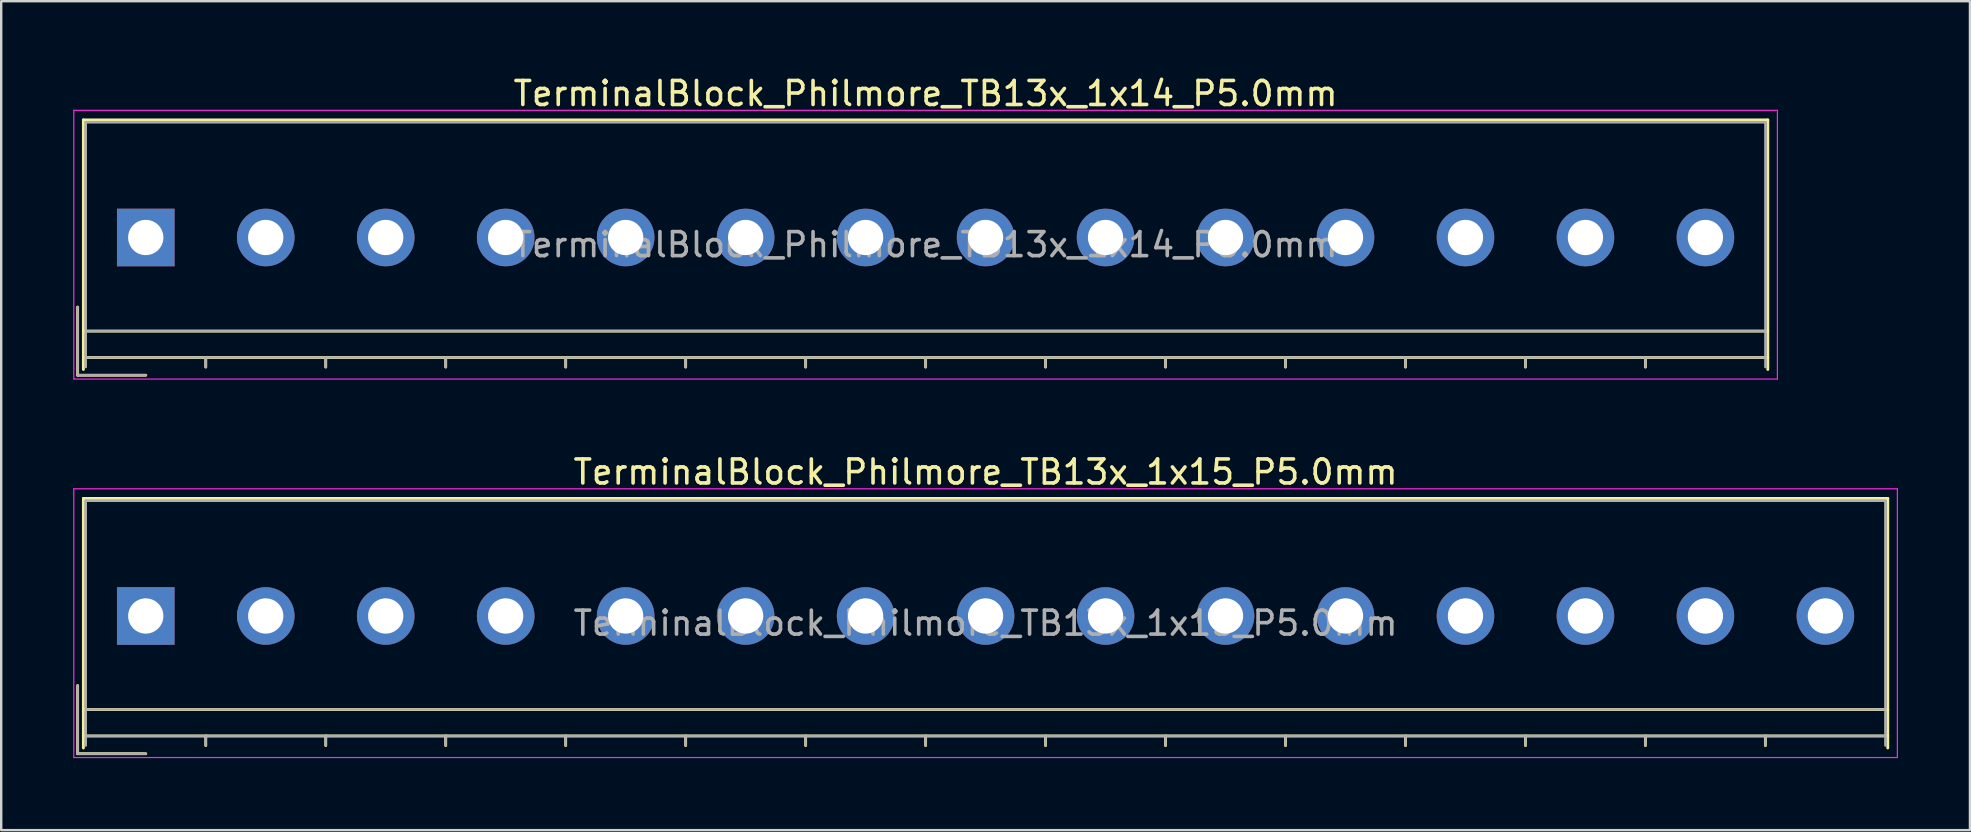
<source format=kicad_pcb>
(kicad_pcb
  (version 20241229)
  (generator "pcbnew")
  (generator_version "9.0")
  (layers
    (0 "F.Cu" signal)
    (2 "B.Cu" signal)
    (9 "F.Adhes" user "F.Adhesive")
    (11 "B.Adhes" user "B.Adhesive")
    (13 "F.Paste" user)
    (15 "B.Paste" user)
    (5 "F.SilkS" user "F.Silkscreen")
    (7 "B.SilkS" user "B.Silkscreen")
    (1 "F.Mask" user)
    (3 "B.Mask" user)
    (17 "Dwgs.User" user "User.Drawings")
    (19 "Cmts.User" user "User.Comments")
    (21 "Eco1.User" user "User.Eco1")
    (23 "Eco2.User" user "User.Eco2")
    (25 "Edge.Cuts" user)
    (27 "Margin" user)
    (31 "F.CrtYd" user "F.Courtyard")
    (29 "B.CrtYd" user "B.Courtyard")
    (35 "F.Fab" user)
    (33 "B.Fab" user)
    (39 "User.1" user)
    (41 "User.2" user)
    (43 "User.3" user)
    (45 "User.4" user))
  (footprint "TerminalBlock_Philmore_TB13x_1x14_P5.0mm"
    (layer "F.Cu")
    (at 3.025 6.848)
    (property "Reference" "TerminalBlock_Philmore_TB13x_1x14_P5.0mm" (at 32.5 -6 0) (layer "F.SilkS") (effects (font (size 1 1) (thickness 0.15))))
    (attr through_hole)
    (fp_line (start -2.84 2.9) (end -2.84 5.74) (stroke (width 0.12) (type solid)) (layer "F.SilkS"))
    (fp_line (start -2.84 5.74) (end 0 5.74) (stroke (width 0.12) (type solid)) (layer "F.SilkS"))
    (fp_line (start -2.6 -4.9) (end 67.6 -4.9) (stroke (width 0.12) (type solid)) (layer "F.SilkS"))
    (fp_line (start -2.6 3.9) (end 67.6 3.9) (stroke (width 0.12) (type solid)) (layer "F.SilkS"))
    (fp_line (start -2.6 5) (end 67.6 5) (stroke (width 0.12) (type solid)) (layer "F.SilkS"))
    (fp_line (start -2.6 5.5) (end -2.6 -4.9) (stroke (width 0.12) (type solid)) (layer "F.SilkS"))
    (fp_line (start 2.5 5) (end 2.5 5.4) (stroke (width 0.12) (type solid)) (layer "F.SilkS"))
    (fp_line (start 7.5 5) (end 7.5 5.4) (stroke (width 0.12) (type solid)) (layer "F.SilkS"))
    (fp_line (start 12.5 5) (end 12.5 5.4) (stroke (width 0.12) (type solid)) (layer "F.SilkS"))
    (fp_line (start 17.5 5) (end 17.5 5.4) (stroke (width 0.12) (type solid)) (layer "F.SilkS"))
    (fp_line (start 22.5 5) (end 22.5 5.4) (stroke (width 0.12) (type solid)) (layer "F.SilkS"))
    (fp_line (start 27.5 5) (end 27.5 5.4) (stroke (width 0.12) (type solid)) (layer "F.SilkS"))
    (fp_line (start 32.5 5) (end 32.5 5.4) (stroke (width 0.12) (type solid)) (layer "F.SilkS"))
    (fp_line (start 37.5 5) (end 37.5 5.4) (stroke (width 0.12) (type solid)) (layer "F.SilkS"))
    (fp_line (start 42.5 5) (end 42.5 5.4) (stroke (width 0.12) (type solid)) (layer "F.SilkS"))
    (fp_line (start 47.5 5) (end 47.5 5.4) (stroke (width 0.12) (type solid)) (layer "F.SilkS"))
    (fp_line (start 52.5 5) (end 52.5 5.4) (stroke (width 0.12) (type solid)) (layer "F.SilkS"))
    (fp_line (start 57.5 5) (end 57.5 5.4) (stroke (width 0.12) (type solid)) (layer "F.SilkS"))
    (fp_line (start 62.5 5) (end 62.5 5.4) (stroke (width 0.12) (type solid)) (layer "F.SilkS"))
    (fp_line (start 67.6 -4.9) (end 67.6 5.5) (stroke (width 0.12) (type solid)) (layer "F.SilkS"))
    (fp_line (start -3 -5.3) (end -3 5.9) (stroke (width 0.05) (type solid)) (layer "F.CrtYd"))
    (fp_line (start -3 5.9) (end 68 5.9) (stroke (width 0.05) (type solid)) (layer "F.CrtYd"))
    (fp_line (start 68 -5.3) (end -3 -5.3) (stroke (width 0.05) (type solid)) (layer "F.CrtYd"))
    (fp_line (start 68 5.9) (end 68 -5.3) (stroke (width 0.05) (type solid)) (layer "F.CrtYd"))
    (fp_line (start -2.84 2.9) (end -2.84 5.74) (stroke (width 0.1) (type solid)) (layer "F.Fab"))
    (fp_line (start -2.84 5.74) (end 0 5.74) (stroke (width 0.1) (type solid)) (layer "F.Fab"))
    (fp_line (start -2.5 -4.8) (end 67.5 -4.8) (stroke (width 0.1) (type solid)) (layer "F.Fab"))
    (fp_line (start -2.5 3.9) (end 67.5 3.9) (stroke (width 0.1) (type solid)) (layer "F.Fab"))
    (fp_line (start -2.5 5) (end 67.5 5) (stroke (width 0.1) (type solid)) (layer "F.Fab"))
    (fp_line (start -2.5 5.4) (end -2.5 -4.8) (stroke (width 0.1) (type solid)) (layer "F.Fab"))
    (fp_line (start 2.5 5) (end 2.5 5.4) (stroke (width 0.1) (type solid)) (layer "F.Fab"))
    (fp_line (start 7.5 5) (end 7.5 5.4) (stroke (width 0.1) (type solid)) (layer "F.Fab"))
    (fp_line (start 12.5 5) (end 12.5 5.4) (stroke (width 0.1) (type solid)) (layer "F.Fab"))
    (fp_line (start 17.5 5) (end 17.5 5.4) (stroke (width 0.1) (type solid)) (layer "F.Fab"))
    (fp_line (start 22.5 5) (end 22.5 5.4) (stroke (width 0.1) (type solid)) (layer "F.Fab"))
    (fp_line (start 27.5 5) (end 27.5 5.4) (stroke (width 0.1) (type solid)) (layer "F.Fab"))
    (fp_line (start 32.5 5) (end 32.5 5.4) (stroke (width 0.1) (type solid)) (layer "F.Fab"))
    (fp_line (start 37.5 5) (end 37.5 5.4) (stroke (width 0.1) (type solid)) (layer "F.Fab"))
    (fp_line (start 42.5 5) (end 42.5 5.4) (stroke (width 0.1) (type solid)) (layer "F.Fab"))
    (fp_line (start 47.5 5) (end 47.5 5.4) (stroke (width 0.1) (type solid)) (layer "F.Fab"))
    (fp_line (start 52.5 5) (end 52.5 5.4) (stroke (width 0.1) (type solid)) (layer "F.Fab"))
    (fp_line (start 57.5 5) (end 57.5 5.4) (stroke (width 0.1) (type solid)) (layer "F.Fab"))
    (fp_line (start 62.5 5) (end 62.5 5.4) (stroke (width 0.1) (type solid)) (layer "F.Fab"))
    (fp_line (start 67.5 -4.8) (end 67.5 5.4) (stroke (width 0.1) (type solid)) (layer "F.Fab"))
    (fp_text user "${REFERENCE}" (at 32.5 0.3 0) (layer "F.Fab") (effects (font (size 1 1) (thickness 0.15))))
    (pad "1" thru_hole rect (at 0 0) (size 2.4 2.4) (drill 1.47) (layers "*.Cu" "*.Mask"))
    (pad "2" thru_hole circle (at 5 0) (size 2.4 2.4) (drill 1.47) (layers "*.Cu" "*.Mask"))
    (pad "3" thru_hole circle (at 10 0) (size 2.4 2.4) (drill 1.47) (layers "*.Cu" "*.Mask"))
    (pad "4" thru_hole circle (at 15 0) (size 2.4 2.4) (drill 1.47) (layers "*.Cu" "*.Mask"))
    (pad "5" thru_hole circle (at 20 0) (size 2.4 2.4) (drill 1.47) (layers "*.Cu" "*.Mask"))
    (pad "6" thru_hole circle (at 25 0) (size 2.4 2.4) (drill 1.47) (layers "*.Cu" "*.Mask"))
    (pad "7" thru_hole circle (at 30 0) (size 2.4 2.4) (drill 1.47) (layers "*.Cu" "*.Mask"))
    (pad "8" thru_hole circle (at 35 0) (size 2.4 2.4) (drill 1.47) (layers "*.Cu" "*.Mask"))
    (pad "9" thru_hole circle (at 40 0) (size 2.4 2.4) (drill 1.47) (layers "*.Cu" "*.Mask"))
    (pad "10" thru_hole circle (at 45 0) (size 2.4 2.4) (drill 1.47) (layers "*.Cu" "*.Mask"))
    (pad "11" thru_hole circle (at 50 0) (size 2.4 2.4) (drill 1.47) (layers "*.Cu" "*.Mask"))
    (pad "12" thru_hole circle (at 55 0) (size 2.4 2.4) (drill 1.47) (layers "*.Cu" "*.Mask"))
    (pad "13" thru_hole circle (at 60 0) (size 2.4 2.4) (drill 1.47) (layers "*.Cu" "*.Mask"))
    (pad "14" thru_hole circle (at 65 0) (size 2.4 2.4) (drill 1.47) (layers "*.Cu" "*.Mask")))
  (footprint "TerminalBlock_Philmore_TB13x_1x15_P5.0mm"
    (layer "F.Cu")
    (at 3.025 22.622)
    (property "Reference" "TerminalBlock_Philmore_TB13x_1x15_P5.0mm" (at 35 -6 0) (layer "F.SilkS") (effects (font (size 1 1) (thickness 0.15))))
    (attr through_hole)
    (fp_line (start -2.84 2.9) (end -2.84 5.74) (stroke (width 0.12) (type solid)) (layer "F.SilkS"))
    (fp_line (start -2.84 5.74) (end 0 5.74) (stroke (width 0.12) (type solid)) (layer "F.SilkS"))
    (fp_line (start -2.6 -4.9) (end 72.6 -4.9) (stroke (width 0.12) (type solid)) (layer "F.SilkS"))
    (fp_line (start -2.6 3.9) (end 72.6 3.9) (stroke (width 0.12) (type solid)) (layer "F.SilkS"))
    (fp_line (start -2.6 5) (end 72.6 5) (stroke (width 0.12) (type solid)) (layer "F.SilkS"))
    (fp_line (start -2.6 5.5) (end -2.6 -4.9) (stroke (width 0.12) (type solid)) (layer "F.SilkS"))
    (fp_line (start 2.5 5) (end 2.5 5.4) (stroke (width 0.12) (type solid)) (layer "F.SilkS"))
    (fp_line (start 7.5 5) (end 7.5 5.4) (stroke (width 0.12) (type solid)) (layer "F.SilkS"))
    (fp_line (start 12.5 5) (end 12.5 5.4) (stroke (width 0.12) (type solid)) (layer "F.SilkS"))
    (fp_line (start 17.5 5) (end 17.5 5.4) (stroke (width 0.12) (type solid)) (layer "F.SilkS"))
    (fp_line (start 22.5 5) (end 22.5 5.4) (stroke (width 0.12) (type solid)) (layer "F.SilkS"))
    (fp_line (start 27.5 5) (end 27.5 5.4) (stroke (width 0.12) (type solid)) (layer "F.SilkS"))
    (fp_line (start 32.5 5) (end 32.5 5.4) (stroke (width 0.12) (type solid)) (layer "F.SilkS"))
    (fp_line (start 37.5 5) (end 37.5 5.4) (stroke (width 0.12) (type solid)) (layer "F.SilkS"))
    (fp_line (start 42.5 5) (end 42.5 5.4) (stroke (width 0.12) (type solid)) (layer "F.SilkS"))
    (fp_line (start 47.5 5) (end 47.5 5.4) (stroke (width 0.12) (type solid)) (layer "F.SilkS"))
    (fp_line (start 52.5 5) (end 52.5 5.4) (stroke (width 0.12) (type solid)) (layer "F.SilkS"))
    (fp_line (start 57.5 5) (end 57.5 5.4) (stroke (width 0.12) (type solid)) (layer "F.SilkS"))
    (fp_line (start 62.5 5) (end 62.5 5.4) (stroke (width 0.12) (type solid)) (layer "F.SilkS"))
    (fp_line (start 67.5 5) (end 67.5 5.4) (stroke (width 0.12) (type solid)) (layer "F.SilkS"))
    (fp_line (start 72.6 -4.9) (end 72.6 5.5) (stroke (width 0.12) (type solid)) (layer "F.SilkS"))
    (fp_line (start -3 -5.3) (end -3 5.9) (stroke (width 0.05) (type solid)) (layer "F.CrtYd"))
    (fp_line (start -3 5.9) (end 73 5.9) (stroke (width 0.05) (type solid)) (layer "F.CrtYd"))
    (fp_line (start 73 -5.3) (end -3 -5.3) (stroke (width 0.05) (type solid)) (layer "F.CrtYd"))
    (fp_line (start 73 5.9) (end 73 -5.3) (stroke (width 0.05) (type solid)) (layer "F.CrtYd"))
    (fp_line (start -2.84 2.9) (end -2.84 5.74) (stroke (width 0.1) (type solid)) (layer "F.Fab"))
    (fp_line (start -2.84 5.74) (end 0 5.74) (stroke (width 0.1) (type solid)) (layer "F.Fab"))
    (fp_line (start -2.5 -4.8) (end 72.5 -4.8) (stroke (width 0.1) (type solid)) (layer "F.Fab"))
    (fp_line (start -2.5 3.9) (end 72.5 3.9) (stroke (width 0.1) (type solid)) (layer "F.Fab"))
    (fp_line (start -2.5 5) (end 72.5 5) (stroke (width 0.1) (type solid)) (layer "F.Fab"))
    (fp_line (start -2.5 5.4) (end -2.5 -4.8) (stroke (width 0.1) (type solid)) (layer "F.Fab"))
    (fp_line (start 2.5 5) (end 2.5 5.4) (stroke (width 0.1) (type solid)) (layer "F.Fab"))
    (fp_line (start 7.5 5) (end 7.5 5.4) (stroke (width 0.1) (type solid)) (layer "F.Fab"))
    (fp_line (start 12.5 5) (end 12.5 5.4) (stroke (width 0.1) (type solid)) (layer "F.Fab"))
    (fp_line (start 17.5 5) (end 17.5 5.4) (stroke (width 0.1) (type solid)) (layer "F.Fab"))
    (fp_line (start 22.5 5) (end 22.5 5.4) (stroke (width 0.1) (type solid)) (layer "F.Fab"))
    (fp_line (start 27.5 5) (end 27.5 5.4) (stroke (width 0.1) (type solid)) (layer "F.Fab"))
    (fp_line (start 32.5 5) (end 32.5 5.4) (stroke (width 0.1) (type solid)) (layer "F.Fab"))
    (fp_line (start 37.5 5) (end 37.5 5.4) (stroke (width 0.1) (type solid)) (layer "F.Fab"))
    (fp_line (start 42.5 5) (end 42.5 5.4) (stroke (width 0.1) (type solid)) (layer "F.Fab"))
    (fp_line (start 47.5 5) (end 47.5 5.4) (stroke (width 0.1) (type solid)) (layer "F.Fab"))
    (fp_line (start 52.5 5) (end 52.5 5.4) (stroke (width 0.1) (type solid)) (layer "F.Fab"))
    (fp_line (start 57.5 5) (end 57.5 5.4) (stroke (width 0.1) (type solid)) (layer "F.Fab"))
    (fp_line (start 62.5 5) (end 62.5 5.4) (stroke (width 0.1) (type solid)) (layer "F.Fab"))
    (fp_line (start 67.5 5) (end 67.5 5.4) (stroke (width 0.1) (type solid)) (layer "F.Fab"))
    (fp_line (start 72.5 -4.8) (end 72.5 5.4) (stroke (width 0.1) (type solid)) (layer "F.Fab"))
    (fp_text user "${REFERENCE}" (at 35 0.3 0) (layer "F.Fab") (effects (font (size 1 1) (thickness 0.15))))
    (pad "1" thru_hole rect (at 0 0) (size 2.4 2.4) (drill 1.47) (layers "*.Cu" "*.Mask"))
    (pad "2" thru_hole circle (at 5 0) (size 2.4 2.4) (drill 1.47) (layers "*.Cu" "*.Mask"))
    (pad "3" thru_hole circle (at 10 0) (size 2.4 2.4) (drill 1.47) (layers "*.Cu" "*.Mask"))
    (pad "4" thru_hole circle (at 15 0) (size 2.4 2.4) (drill 1.47) (layers "*.Cu" "*.Mask"))
    (pad "5" thru_hole circle (at 20 0) (size 2.4 2.4) (drill 1.47) (layers "*.Cu" "*.Mask"))
    (pad "6" thru_hole circle (at 25 0) (size 2.4 2.4) (drill 1.47) (layers "*.Cu" "*.Mask"))
    (pad "7" thru_hole circle (at 30 0) (size 2.4 2.4) (drill 1.47) (layers "*.Cu" "*.Mask"))
    (pad "8" thru_hole circle (at 35 0) (size 2.4 2.4) (drill 1.47) (layers "*.Cu" "*.Mask"))
    (pad "9" thru_hole circle (at 40 0) (size 2.4 2.4) (drill 1.47) (layers "*.Cu" "*.Mask"))
    (pad "10" thru_hole circle (at 45 0) (size 2.4 2.4) (drill 1.47) (layers "*.Cu" "*.Mask"))
    (pad "11" thru_hole circle (at 50 0) (size 2.4 2.4) (drill 1.47) (layers "*.Cu" "*.Mask"))
    (pad "12" thru_hole circle (at 55 0) (size 2.4 2.4) (drill 1.47) (layers "*.Cu" "*.Mask"))
    (pad "13" thru_hole circle (at 60 0) (size 2.4 2.4) (drill 1.47) (layers "*.Cu" "*.Mask"))
    (pad "14" thru_hole circle (at 65 0) (size 2.4 2.4) (drill 1.47) (layers "*.Cu" "*.Mask"))
    (pad "15" thru_hole circle (at 70 0) (size 2.4 2.4) (drill 1.47) (layers "*.Cu" "*.Mask")))
  (gr_rect
    (start -3 -3)
    (end 79.05 31.547)
    (stroke (width 0.1) (type default))
    (fill no)
    (layer "Edge.Cuts")))
</source>
